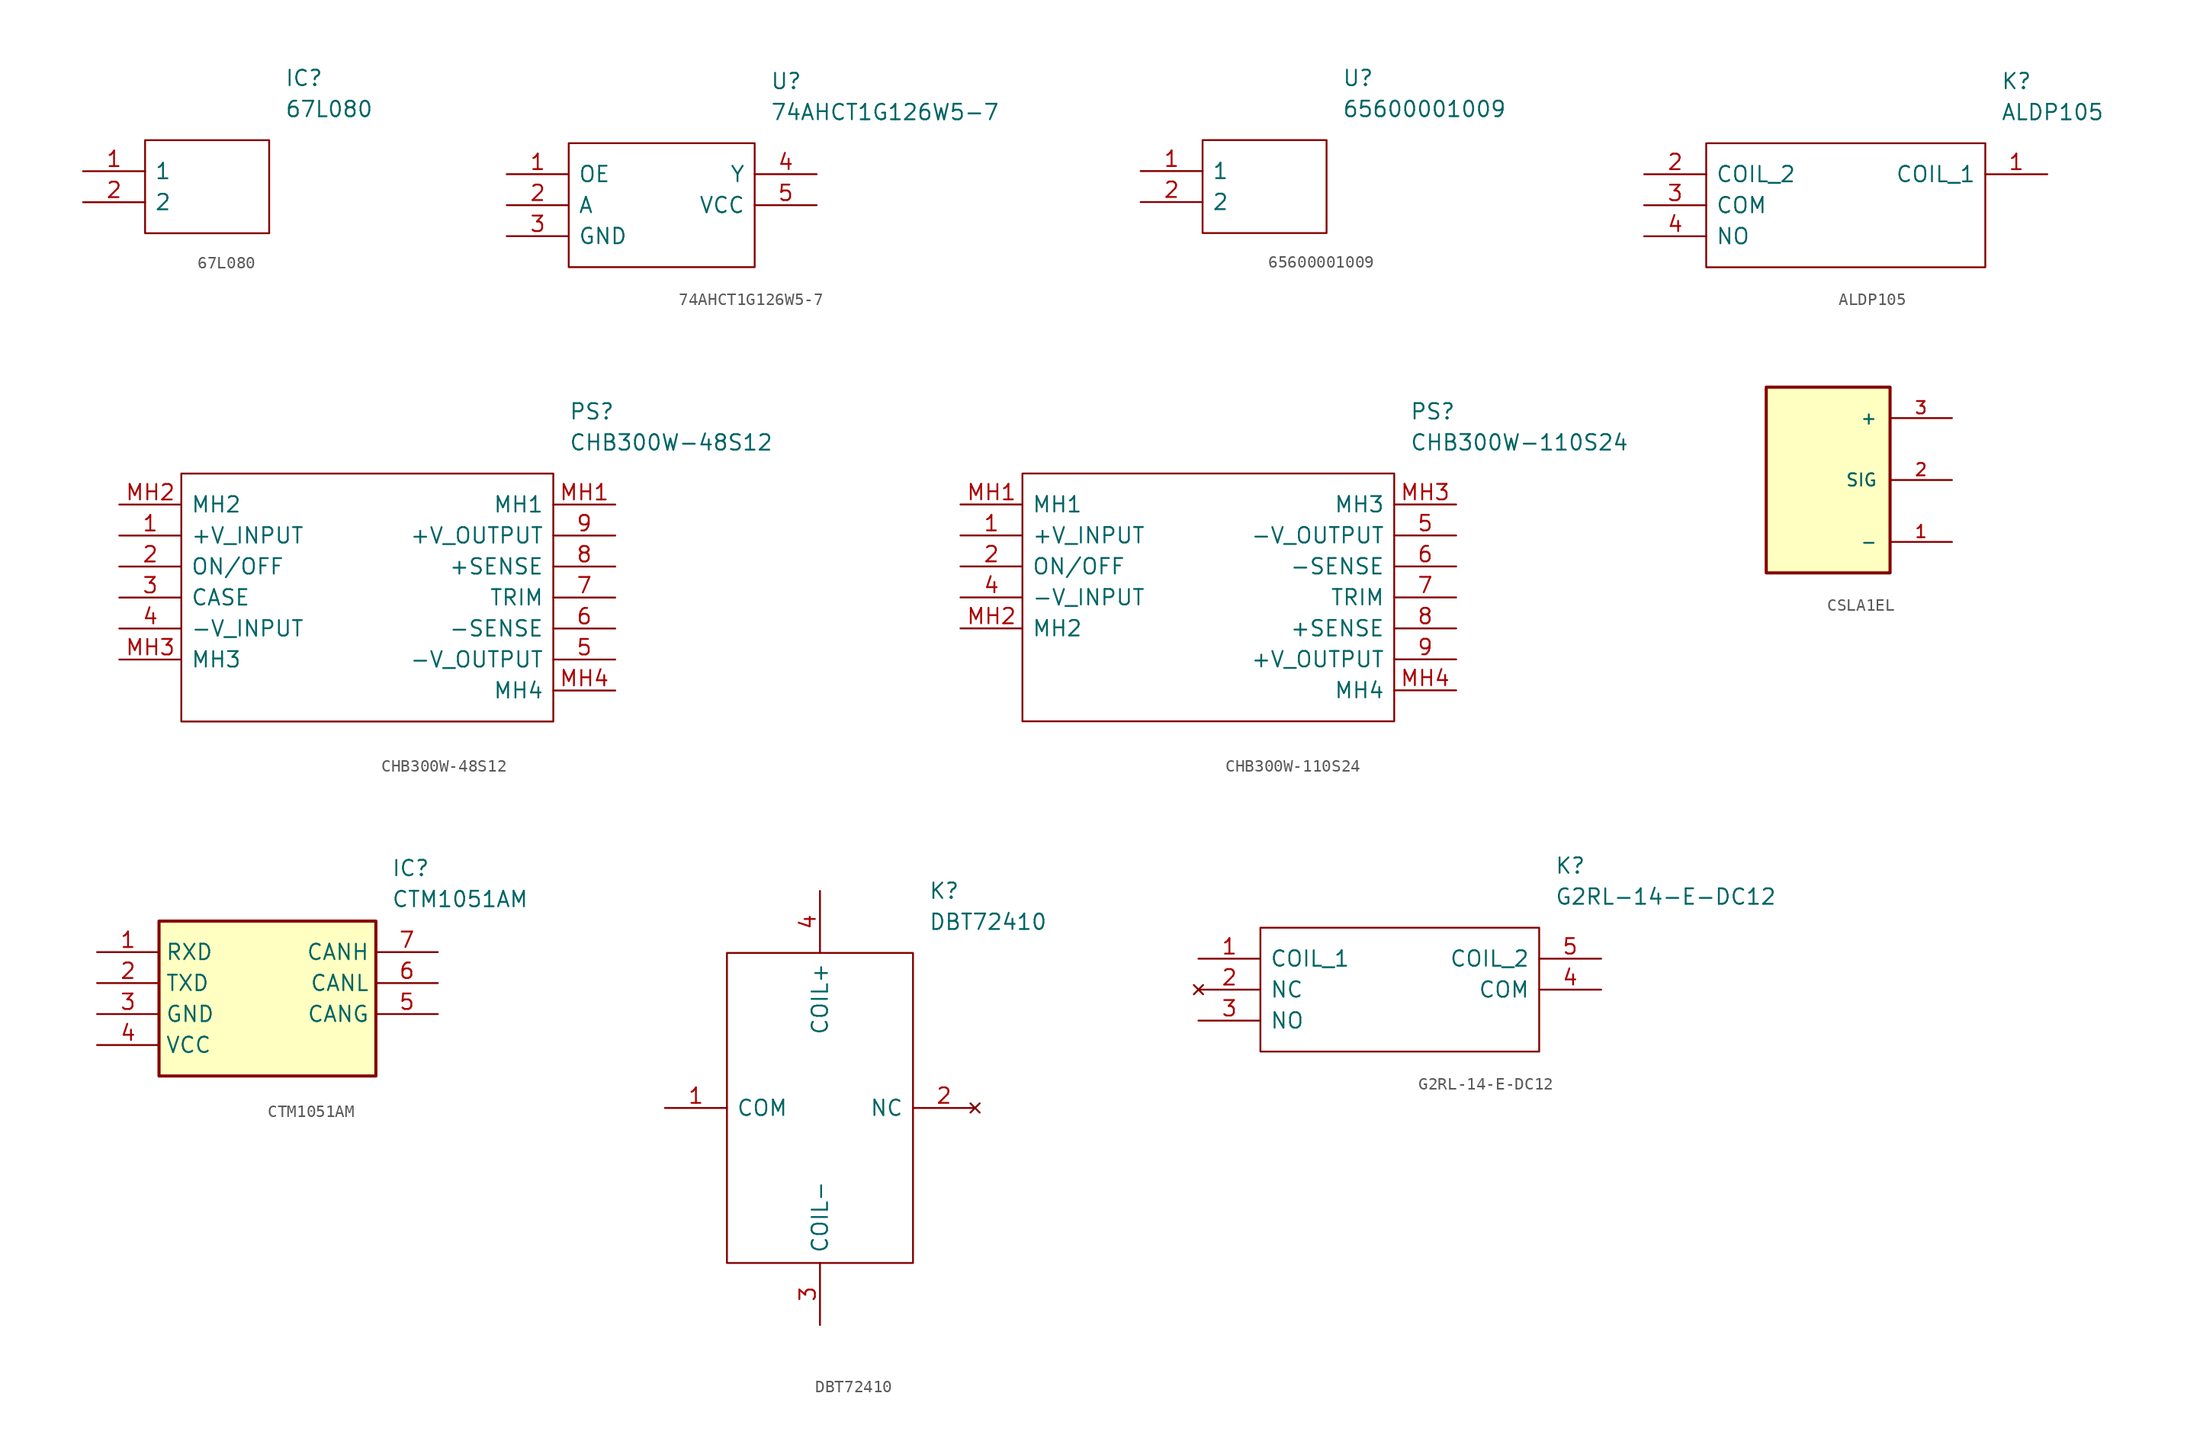
<source format=kicad_sym>
(kicad_symbol_lib
  (version 20211014)
  (generator kicad_symbol_editor)
  (symbol "67L080"
    (pin_names
      (offset 0.762))
    (property "Reference" "IC"
      (at 16.51 7.62 0)
      (effects (font (size 1.27 1.27)) (justify left)))
    (property "Value" "67L080"
      (at 16.51 5.08 0)
      (effects (font (size 1.27 1.27)) (justify left)))
    (symbol "67L080_0_0"
      (pin passive line (at 0 0 0) (length 5.08) (name "1" (effects (font (size 1.27 1.27)))) (number "1" (effects (font (size 1.27 1.27)))))
      (pin passive line (at 0 -2.54 0) (length 5.08) (name "2" (effects (font (size 1.27 1.27)))) (number "2" (effects (font (size 1.27 1.27))))))
    (symbol "67L080_0_1"
      (polyline (pts (xy 5.08 2.54) (xy 15.24 2.54) (xy 15.24 -5.08) (xy 5.08 -5.08) (xy 5.08 2.54)) (stroke (width 0.152) (type default) (color 0 0 0 0)) (fill (type none)))))
  (symbol "74AHCT1G126W5-7"
    (pin_names
      (offset 0.762))
    (property "Reference" "U"
      (at 21.59 7.62 0)
      (effects (font (size 1.27 1.27)) (justify left)))
    (property "Value" "74AHCT1G126W5-7"
      (at 21.59 5.08 0)
      (effects (font (size 1.27 1.27)) (justify left)))
    (symbol "74AHCT1G126W5-7_0_0"
      (pin passive line (at 0 0 0) (length 5.08) (name "OE" (effects (font (size 1.27 1.27)))) (number "1" (effects (font (size 1.27 1.27)))))
      (pin passive line (at 0 -2.54 0) (length 5.08) (name "A" (effects (font (size 1.27 1.27)))) (number "2" (effects (font (size 1.27 1.27)))))
      (pin passive line (at 0 -5.08 0) (length 5.08) (name "GND" (effects (font (size 1.27 1.27)))) (number "3" (effects (font (size 1.27 1.27)))))
      (pin passive line (at 25.4 0 180) (length 5.08) (name "Y" (effects (font (size 1.27 1.27)))) (number "4" (effects (font (size 1.27 1.27)))))
      (pin passive line (at 25.4 -2.54 180) (length 5.08) (name "VCC" (effects (font (size 1.27 1.27)))) (number "5" (effects (font (size 1.27 1.27))))))
    (symbol "74AHCT1G126W5-7_0_1"
      (polyline (pts (xy 5.08 2.54) (xy 20.32 2.54) (xy 20.32 -7.62) (xy 5.08 -7.62) (xy 5.08 2.54)) (stroke (width 0.152) (type default) (color 0 0 0 0)) (fill (type none)))))
  (symbol "65600001009"
    (pin_names
      (offset 0.762))
    (property "Reference" "U"
      (at 16.51 7.62 0)
      (effects (font (size 1.27 1.27)) (justify left)))
    (property "Value" "65600001009"
      (at 16.51 5.08 0)
      (effects (font (size 1.27 1.27)) (justify left)))
    (symbol "65600001009_0_0"
      (pin passive line (at 0 0 0) (length 5.08) (name "1" (effects (font (size 1.27 1.27)))) (number "1" (effects (font (size 1.27 1.27)))))
      (pin passive line (at 0 -2.54 0) (length 5.08) (name "2" (effects (font (size 1.27 1.27)))) (number "2" (effects (font (size 1.27 1.27))))))
    (symbol "65600001009_0_1"
      (polyline (pts (xy 5.08 2.54) (xy 15.24 2.54) (xy 15.24 -5.08) (xy 5.08 -5.08) (xy 5.08 2.54)) (stroke (width 0.152) (type default) (color 0 0 0 0)) (fill (type none)))))
  (symbol "ALDP105"
    (pin_names
      (offset 0.762))
    (property "Reference" "K"
      (at 29.21 7.62 0)
      (effects (font (size 1.27 1.27)) (justify left)))
    (property "Value" "ALDP105"
      (at 29.21 5.08 0)
      (effects (font (size 1.27 1.27)) (justify left)))
    (symbol "ALDP105_0_0"
      (pin passive line (at 33.02 0 180) (length 5.08) (name "COIL_1" (effects (font (size 1.27 1.27)))) (number "1" (effects (font (size 1.27 1.27)))))
      (pin passive line (at 0 0 0) (length 5.08) (name "COIL_2" (effects (font (size 1.27 1.27)))) (number "2" (effects (font (size 1.27 1.27)))))
      (pin passive line (at 0 -2.54 0) (length 5.08) (name "COM" (effects (font (size 1.27 1.27)))) (number "3" (effects (font (size 1.27 1.27)))))
      (pin passive line (at 0 -5.08 0) (length 5.08) (name "NO" (effects (font (size 1.27 1.27)))) (number "4" (effects (font (size 1.27 1.27))))))
    (symbol "ALDP105_0_1"
      (polyline (pts (xy 5.08 2.54) (xy 27.94 2.54) (xy 27.94 -7.62) (xy 5.08 -7.62) (xy 5.08 2.54)) (stroke (width 0.152) (type default) (color 0 0 0 0)) (fill (type none)))))
  (symbol "CHB300W-48S12"
    (pin_names
      (offset 0.762))
    (property "Reference" "PS"
      (at 36.83 7.62 0)
      (effects (font (size 1.27 1.27)) (justify left)))
    (property "Value" "CHB300W-48S12"
      (at 36.83 5.08 0)
      (effects (font (size 1.27 1.27)) (justify left)))
    (symbol "CHB300W-48S12_0_0"
      (pin passive line (at 0 -2.54 0) (length 5.08) (name "+V_INPUT" (effects (font (size 1.27 1.27)))) (number "1" (effects (font (size 1.27 1.27)))))
      (pin passive line (at 0 -5.08 0) (length 5.08) (name "ON/OFF" (effects (font (size 1.27 1.27)))) (number "2" (effects (font (size 1.27 1.27)))))
      (pin passive line (at 0 -7.62 0) (length 5.08) (name "CASE" (effects (font (size 1.27 1.27)))) (number "3" (effects (font (size 1.27 1.27)))))
      (pin passive line (at 0 -10.16 0) (length 5.08) (name "-V_INPUT" (effects (font (size 1.27 1.27)))) (number "4" (effects (font (size 1.27 1.27)))))
      (pin passive line (at 40.64 -12.7 180) (length 5.08) (name "-V_OUTPUT" (effects (font (size 1.27 1.27)))) (number "5" (effects (font (size 1.27 1.27)))))
      (pin passive line (at 40.64 -10.16 180) (length 5.08) (name "-SENSE" (effects (font (size 1.27 1.27)))) (number "6" (effects (font (size 1.27 1.27)))))
      (pin passive line (at 40.64 -7.62 180) (length 5.08) (name "TRIM" (effects (font (size 1.27 1.27)))) (number "7" (effects (font (size 1.27 1.27)))))
      (pin passive line (at 40.64 -5.08 180) (length 5.08) (name "+SENSE" (effects (font (size 1.27 1.27)))) (number "8" (effects (font (size 1.27 1.27)))))
      (pin passive line (at 40.64 -2.54 180) (length 5.08) (name "+V_OUTPUT" (effects (font (size 1.27 1.27)))) (number "9" (effects (font (size 1.27 1.27)))))
      (pin passive line (at 40.64 0 180) (length 5.08) (name "MH1" (effects (font (size 1.27 1.27)))) (number "MH1" (effects (font (size 1.27 1.27)))))
      (pin passive line (at 0 0 0) (length 5.08) (name "MH2" (effects (font (size 1.27 1.27)))) (number "MH2" (effects (font (size 1.27 1.27)))))
      (pin passive line (at 0 -12.7 0) (length 5.08) (name "MH3" (effects (font (size 1.27 1.27)))) (number "MH3" (effects (font (size 1.27 1.27)))))
      (pin passive line (at 40.64 -15.24 180) (length 5.08) (name "MH4" (effects (font (size 1.27 1.27)))) (number "MH4" (effects (font (size 1.27 1.27))))))
    (symbol "CHB300W-48S12_0_1"
      (polyline (pts (xy 5.08 2.54) (xy 35.56 2.54) (xy 35.56 -17.78) (xy 5.08 -17.78) (xy 5.08 2.54)) (stroke (width 0.152) (type default) (color 0 0 0 0)) (fill (type none)))))
  (symbol "CHB300W-110S24"
    (pin_names
      (offset 0.762))
    (property "Reference" "PS"
      (at 36.83 7.62 0)
      (effects (font (size 1.27 1.27)) (justify left)))
    (property "Value" "CHB300W-110S24"
      (at 36.83 5.08 0)
      (effects (font (size 1.27 1.27)) (justify left)))
    (symbol "CHB300W-110S24_0_0"
      (pin passive line (at 0 -2.54 0) (length 5.08) (name "+V_INPUT" (effects (font (size 1.27 1.27)))) (number "1" (effects (font (size 1.27 1.27)))))
      (pin passive line (at 0 -5.08 0) (length 5.08) (name "ON/OFF" (effects (font (size 1.27 1.27)))) (number "2" (effects (font (size 1.27 1.27)))))
      (pin passive line (at 0 -7.62 0) (length 5.08) (name "-V_INPUT" (effects (font (size 1.27 1.27)))) (number "4" (effects (font (size 1.27 1.27)))))
      (pin passive line (at 40.64 -2.54 180) (length 5.08) (name "-V_OUTPUT" (effects (font (size 1.27 1.27)))) (number "5" (effects (font (size 1.27 1.27)))))
      (pin passive line (at 40.64 -5.08 180) (length 5.08) (name "-SENSE" (effects (font (size 1.27 1.27)))) (number "6" (effects (font (size 1.27 1.27)))))
      (pin passive line (at 40.64 -7.62 180) (length 5.08) (name "TRIM" (effects (font (size 1.27 1.27)))) (number "7" (effects (font (size 1.27 1.27)))))
      (pin passive line (at 40.64 -10.16 180) (length 5.08) (name "+SENSE" (effects (font (size 1.27 1.27)))) (number "8" (effects (font (size 1.27 1.27)))))
      (pin passive line (at 40.64 -12.7 180) (length 5.08) (name "+V_OUTPUT" (effects (font (size 1.27 1.27)))) (number "9" (effects (font (size 1.27 1.27)))))
      (pin passive line (at 0 0 0) (length 5.08) (name "MH1" (effects (font (size 1.27 1.27)))) (number "MH1" (effects (font (size 1.27 1.27)))))
      (pin passive line (at 0 -10.16 0) (length 5.08) (name "MH2" (effects (font (size 1.27 1.27)))) (number "MH2" (effects (font (size 1.27 1.27)))))
      (pin passive line (at 40.64 0 180) (length 5.08) (name "MH3" (effects (font (size 1.27 1.27)))) (number "MH3" (effects (font (size 1.27 1.27)))))
      (pin passive line (at 40.64 -15.24 180) (length 5.08) (name "MH4" (effects (font (size 1.27 1.27)))) (number "MH4" (effects (font (size 1.27 1.27))))))
    (symbol "CHB300W-110S24_0_1"
      (polyline (pts (xy 5.08 2.54) (xy 35.56 2.54) (xy 35.56 -17.78) (xy 5.08 -17.78) (xy 5.08 2.54)) (stroke (width 0.152) (type default) (color 0 0 0 0)) (fill (type none)))))
  (symbol "CSLA1EL"
    (pin_names
      (offset 1.016))
    (property "Reference" "U"
      (at 0 0 0)
      (effects (font (size 1.27 1.27)) (justify left bottom) hide))
    (property "ki_locked" ""
      (at 0 0 0)
      (effects (font (size 1.27 1.27))))
    (symbol "CSLA1EL_0_0"
      (rectangle (start -5.08 -10.16) (end 5.08 5.08) (stroke (width 0.254) (type default) (color 0 0 0 0)) (fill (type background)))
      (pin bidirectional line (at 10.16 -7.62 180) (length 5.08) (name "-" (effects (font (size 1.016 1.016)))) (number "1" (effects (font (size 1.016 1.016)))))
      (pin bidirectional line (at 10.16 -2.54 180) (length 5.08) (name "SIG" (effects (font (size 1.016 1.016)))) (number "2" (effects (font (size 1.016 1.016)))))
      (pin bidirectional line (at 10.16 2.54 180) (length 5.08) (name "+" (effects (font (size 1.016 1.016)))) (number "3" (effects (font (size 1.016 1.016)))))))
  (symbol "CTM1051AM"
    (property "Reference" "IC"
      (at 24.13 7.62 0)
      (effects (font (size 1.27 1.27)) (justify left top)))
    (property "Value" "CTM1051AM"
      (at 24.13 5.08 0)
      (effects (font (size 1.27 1.27)) (justify left top)))
    (rectangle
      (start 5.08 2.54)
      (end 22.86 -10.16)
      (stroke (width 0.254) (type default))
      (fill (type background)))
    (pin passive line
      (at 0 0 0)
      (length 5.08)
      (name "RXD" (effects (font (size 1.27 1.27))))
      (number "1" (effects (font (size 1.27 1.27)))))
    (pin passive line
      (at 0 -2.54 0)
      (length 5.08)
      (name "TXD" (effects (font (size 1.27 1.27))))
      (number "2" (effects (font (size 1.27 1.27)))))
    (pin passive line
      (at 0 -5.08 0)
      (length 5.08)
      (name "GND" (effects (font (size 1.27 1.27))))
      (number "3" (effects (font (size 1.27 1.27)))))
    (pin passive line
      (at 0 -7.62 0)
      (length 5.08)
      (name "VCC" (effects (font (size 1.27 1.27))))
      (number "4" (effects (font (size 1.27 1.27)))))
    (pin passive line
      (at 27.94 -5.08 180)
      (length 5.08)
      (name "CANG" (effects (font (size 1.27 1.27))))
      (number "5" (effects (font (size 1.27 1.27)))))
    (pin passive line
      (at 27.94 -2.54 180)
      (length 5.08)
      (name "CANL" (effects (font (size 1.27 1.27))))
      (number "6" (effects (font (size 1.27 1.27)))))
    (pin passive line
      (at 27.94 0 180)
      (length 5.08)
      (name "CANH" (effects (font (size 1.27 1.27))))
      (number "7" (effects (font (size 1.27 1.27))))))
  (symbol "DBT72410"
    (pin_names
      (offset 0.762))
    (property "Reference" "K"
      (at 21.59 17.78 0)
      (effects (font (size 1.27 1.27)) (justify left)))
    (property "Value" "DBT72410"
      (at 21.59 15.24 0)
      (effects (font (size 1.27 1.27)) (justify left)))
    (symbol "DBT72410_0_0"
      (pin passive line (at 0 0 0) (length 5.08) (name "COM" (effects (font (size 1.27 1.27)))) (number "1" (effects (font (size 1.27 1.27)))))
      (pin no_connect line (at 25.4 0 180) (length 5.08) (name "NC" (effects (font (size 1.27 1.27)))) (number "2" (effects (font (size 1.27 1.27)))))
      (pin passive line (at 12.7 -17.78 90) (length 5.08) (name "COIL-" (effects (font (size 1.27 1.27)))) (number "3" (effects (font (size 1.27 1.27)))))
      (pin passive line (at 12.7 17.78 270) (length 5.08) (name "COIL+" (effects (font (size 1.27 1.27)))) (number "4" (effects (font (size 1.27 1.27))))))
    (symbol "DBT72410_0_1"
      (polyline (pts (xy 5.08 12.7) (xy 20.32 12.7) (xy 20.32 -12.7) (xy 5.08 -12.7) (xy 5.08 12.7)) (stroke (width 0.152) (type default) (color 0 0 0 0)) (fill (type none)))))
  (symbol "G2RL-14-E-DC12"
    (pin_names
      (offset 0.762))
    (property "Reference" "K"
      (at 29.21 7.62 0)
      (effects (font (size 1.27 1.27)) (justify left)))
    (property "Value" "G2RL-14-E-DC12"
      (at 29.21 5.08 0)
      (effects (font (size 1.27 1.27)) (justify left)))
    (symbol "G2RL-14-E-DC12_0_0"
      (pin passive line (at 0 0 0) (length 5.08) (name "COIL_1" (effects (font (size 1.27 1.27)))) (number "1" (effects (font (size 1.27 1.27)))))
      (pin no_connect line (at 0 -2.54 0) (length 5.08) (name "NC" (effects (font (size 1.27 1.27)))) (number "2" (effects (font (size 1.27 1.27)))))
      (pin passive line (at 0 -5.08 0) (length 5.08) (name "NO" (effects (font (size 1.27 1.27)))) (number "3" (effects (font (size 1.27 1.27)))))
      (pin passive line (at 33.02 -2.54 180) (length 5.08) (name "COM" (effects (font (size 1.27 1.27)))) (number "4" (effects (font (size 1.27 1.27)))))
      (pin passive line (at 33.02 0 180) (length 5.08) (name "COIL_2" (effects (font (size 1.27 1.27)))) (number "5" (effects (font (size 1.27 1.27))))))
    (symbol "G2RL-14-E-DC12_0_1"
      (polyline (pts (xy 5.08 2.54) (xy 27.94 2.54) (xy 27.94 -7.62) (xy 5.08 -7.62) (xy 5.08 2.54)) (stroke (width 0.152) (type default) (color 0 0 0 0)) (fill (type none))))))
</source>
